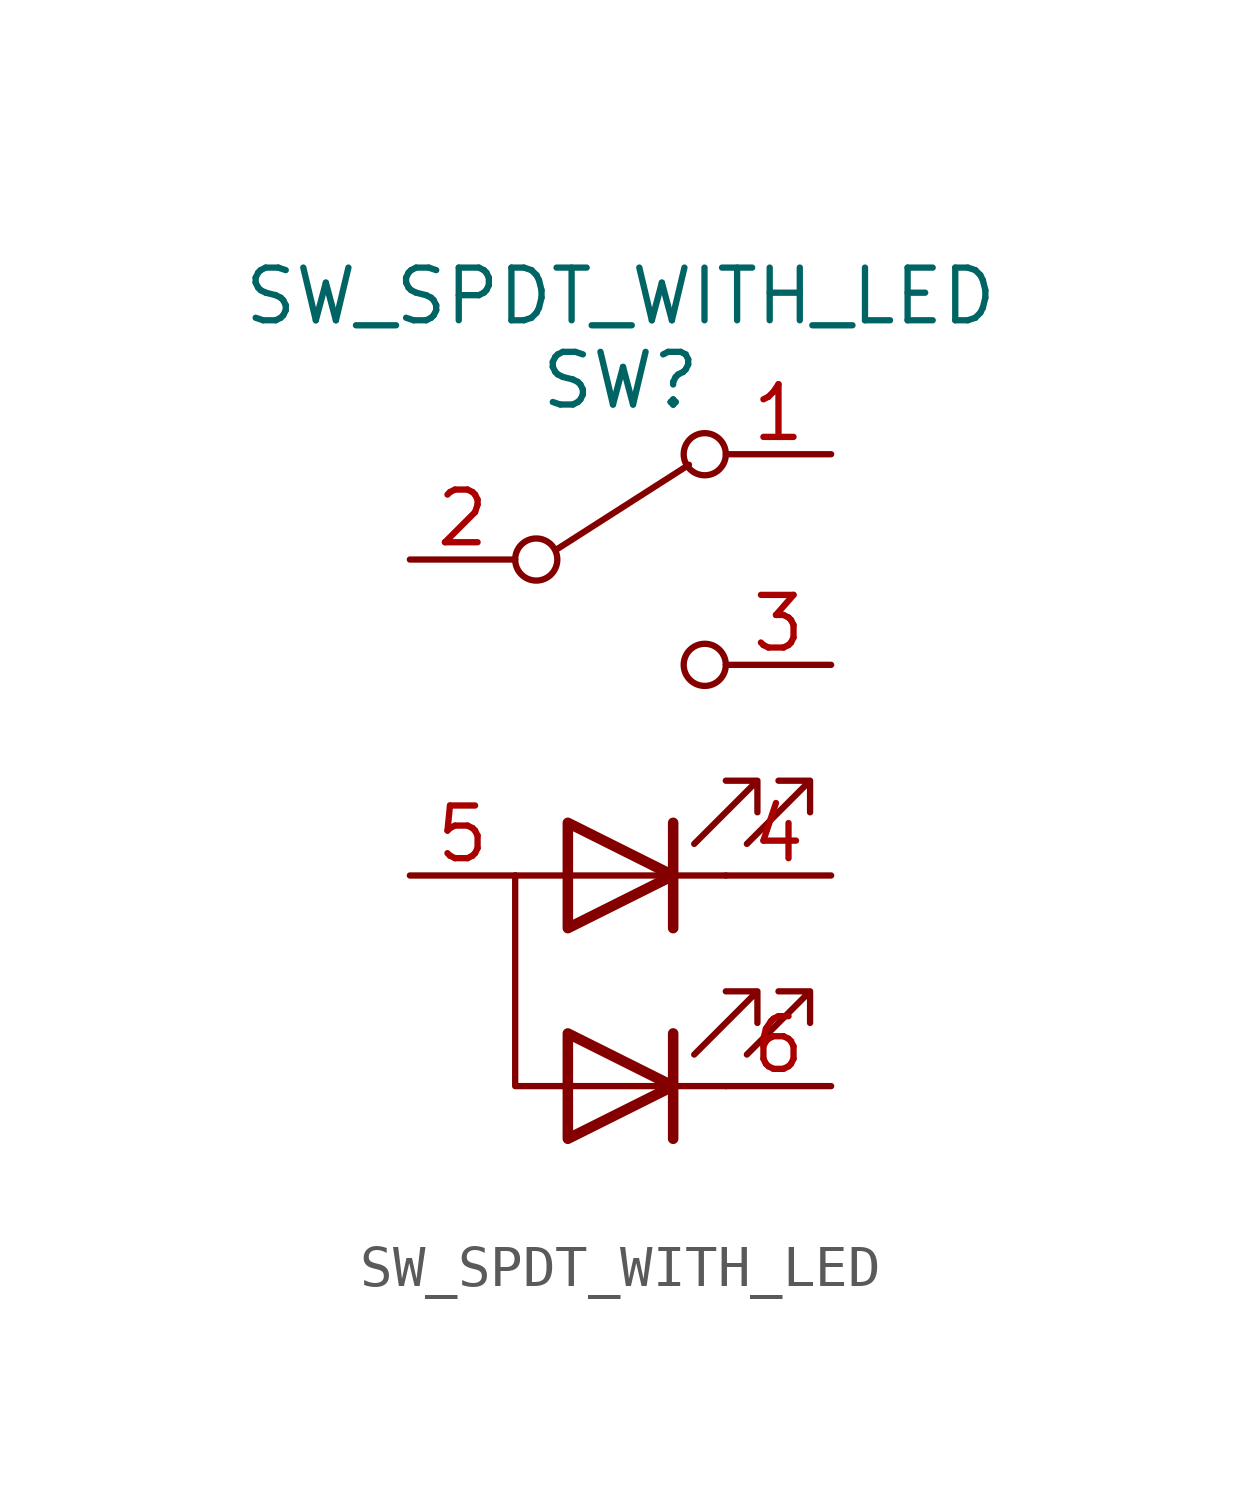
<source format=kicad_sym>
(kicad_symbol_lib
  (version 20211014)
  (generator kicad_symbol_editor)
  (symbol "SW_SPDT_WITH_LED"
    (pin_names
      (offset 0) hide)
    (property "Reference" "SW"
      (at 0 4.318 0)
      (effects (font (size 1.27 1.27))))
    (property "Value" "SW_SPDT_WITH_LED"
      (at 0 6.35 0)
      (effects (font (size 1.27 1.27))))
    (symbol "SW_SPDT_WITH_LED_0_0"
      (circle (center -2.032 0) (radius 0.508) (stroke (width 0) (type default) (color 0 0 0 0)) (fill (type none)))
      (circle (center 2.032 -2.54) (radius 0.508) (stroke (width 0) (type default) (color 0 0 0 0)) (fill (type none))))
    (symbol "SW_SPDT_WITH_LED_0_1"
      (polyline (pts (xy -2.54 -7.62) (xy -1.27 -7.62)) (stroke (width 0) (type default) (color 0 0 0 0)) (fill (type none)))
      (polyline (pts (xy -1.524 0.254) (xy 1.651 2.286)) (stroke (width 0) (type default) (color 0 0 0 0)) (fill (type none)))
      (polyline (pts (xy 1.27 -12.7) (xy -1.27 -12.7)) (stroke (width 0) (type default) (color 0 0 0 0)) (fill (type none)))
      (polyline (pts (xy 1.27 -12.7) (xy 2.54 -12.7)) (stroke (width 0) (type default) (color 0 0 0 0)) (fill (type none)))
      (polyline (pts (xy 1.27 -11.43) (xy 1.27 -13.97)) (stroke (width 0.254) (type default) (color 0 0 0 0)) (fill (type none)))
      (polyline (pts (xy 1.27 -7.62) (xy -1.27 -7.62)) (stroke (width 0) (type default) (color 0 0 0 0)) (fill (type none)))
      (polyline (pts (xy 1.27 -7.62) (xy 2.54 -7.62)) (stroke (width 0) (type default) (color 0 0 0 0)) (fill (type none)))
      (polyline (pts (xy 1.27 -6.35) (xy 1.27 -8.89)) (stroke (width 0.254) (type default) (color 0 0 0 0)) (fill (type none)))
      (polyline (pts (xy -2.54 -7.62) (xy -2.54 -12.7) (xy -1.27 -12.7)) (stroke (width 0) (type default) (color 0 0 0 0)) (fill (type none)))
      (polyline (pts (xy -1.27 -11.43) (xy -1.27 -13.97) (xy 1.27 -12.7) (xy -1.27 -11.43)) (stroke (width 0.254) (type default) (color 0 0 0 0)) (fill (type none)))
      (polyline (pts (xy -1.27 -6.35) (xy -1.27 -8.89) (xy 1.27 -7.62) (xy -1.27 -6.35)) (stroke (width 0.254) (type default) (color 0 0 0 0)) (fill (type none)))
      (polyline (pts (xy 1.778 -11.938) (xy 3.302 -10.414) (xy 2.54 -10.414) (xy 3.302 -10.414) (xy 3.302 -11.176)) (stroke (width 0) (type default) (color 0 0 0 0)) (fill (type none)))
      (polyline (pts (xy 1.778 -6.858) (xy 3.302 -5.334) (xy 2.54 -5.334) (xy 3.302 -5.334) (xy 3.302 -6.096)) (stroke (width 0) (type default) (color 0 0 0 0)) (fill (type none)))
      (polyline (pts (xy 3.048 -11.938) (xy 4.572 -10.414) (xy 3.81 -10.414) (xy 4.572 -10.414) (xy 4.572 -11.176)) (stroke (width 0) (type default) (color 0 0 0 0)) (fill (type none)))
      (polyline (pts (xy 3.048 -6.858) (xy 4.572 -5.334) (xy 3.81 -5.334) (xy 4.572 -5.334) (xy 4.572 -6.096)) (stroke (width 0) (type default) (color 0 0 0 0)) (fill (type none)))
      (circle (center 2.032 2.54) (radius 0.508) (stroke (width 0) (type default) (color 0 0 0 0)) (fill (type none))))
    (symbol "SW_SPDT_WITH_LED_1_1"
      (pin passive line (at 5.08 2.54 180) (length 2.54) (name "A" (effects (font (size 1.27 1.27)))) (number "1" (effects (font (size 1.27 1.27)))))
      (pin passive line (at -5.08 0 0) (length 2.54) (name "B" (effects (font (size 1.27 1.27)))) (number "2" (effects (font (size 1.27 1.27)))))
      (pin passive line (at 5.08 -2.54 180) (length 2.54) (name "C" (effects (font (size 1.27 1.27)))) (number "3" (effects (font (size 1.27 1.27)))))
      (pin passive line (at 5.08 -7.62 180) (length 2.54) (name "D" (effects (font (size 1.27 1.27)))) (number "4" (effects (font (size 1.27 1.27)))))
      (pin passive line (at -5.08 -7.62 0) (length 2.54) (name "E" (effects (font (size 1.27 1.27)))) (number "5" (effects (font (size 1.27 1.27)))))
      (pin passive line (at 5.08 -12.7 180) (length 2.54) (name "F" (effects (font (size 1.27 1.27)))) (number "6" (effects (font (size 1.27 1.27))))))))
</source>
